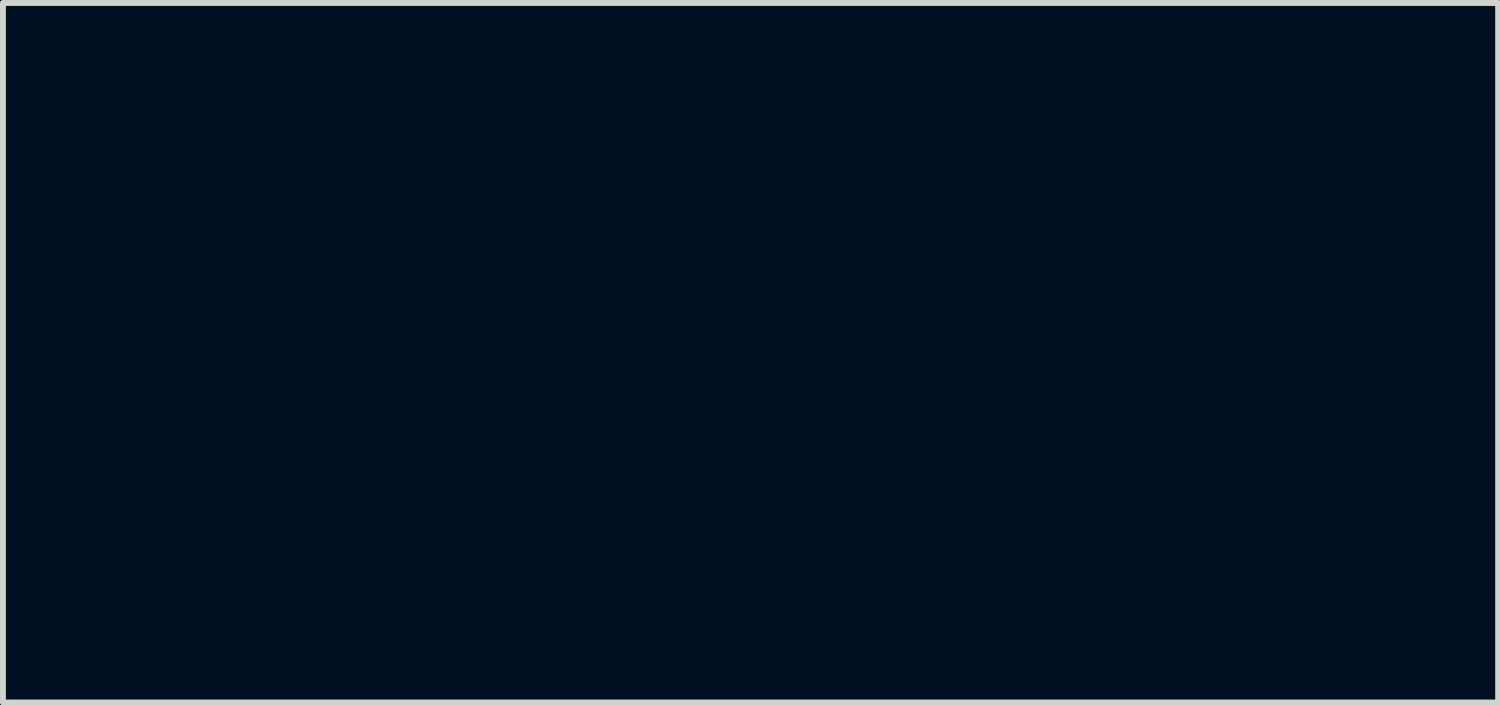
<source format=kicad_pcb>
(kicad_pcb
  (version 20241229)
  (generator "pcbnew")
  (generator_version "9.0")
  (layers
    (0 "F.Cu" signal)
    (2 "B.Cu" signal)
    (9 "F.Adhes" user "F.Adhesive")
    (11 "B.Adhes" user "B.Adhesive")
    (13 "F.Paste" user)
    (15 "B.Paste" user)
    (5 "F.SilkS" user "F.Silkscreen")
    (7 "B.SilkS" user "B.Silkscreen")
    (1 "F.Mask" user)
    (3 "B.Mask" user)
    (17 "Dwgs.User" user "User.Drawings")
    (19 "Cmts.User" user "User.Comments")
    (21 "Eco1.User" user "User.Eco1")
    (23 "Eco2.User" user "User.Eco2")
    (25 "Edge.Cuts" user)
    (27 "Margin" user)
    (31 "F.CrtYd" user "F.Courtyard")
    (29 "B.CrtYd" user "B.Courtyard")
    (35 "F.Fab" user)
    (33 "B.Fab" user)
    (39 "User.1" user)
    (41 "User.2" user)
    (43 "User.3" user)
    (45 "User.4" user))
  (footprint "logo_ruby-mask"
    (layer "F.Cu")
    (at 9.659 2.236)
    (property "Reference" "logo_ruby-mask" (at 0 0 0) (layer "F.Mask") (effects (font (size 1.524 1.524) (thickness 0.3))))
    (attr board_only exclude_from_pos_files exclude_from_bom)
    (fp_poly (pts (xy 2.129 -2.235) (xy 2.792 -1.398) (xy 2.93 -1.224) (xy 3.058 -1.06) (xy 3.174 -0.911) (xy 3.275 -0.78) (xy 3.358 -0.672) (xy 3.419 -0.59) (xy 3.456 -0.538) (xy 3.466 -0.521) (xy 3.454 -0.489) (xy 3.413 -0.424) (xy 3.344 -0.33) (xy 3.249 -0.208) (xy 3.136 -0.069) (xy 3.069 0.014) (xy 2.974 0.129) (xy 2.854 0.275) (xy 2.714 0.446) (xy 2.555 0.639) (xy 2.381 0.851) (xy 2.195 1.078) (xy 1.999 1.317) (xy 1.796 1.563) (xy 1.591 1.814) (xy 1.478 1.95) (xy 1.281 2.191) (xy 1.091 2.421) (xy 0.912 2.638) (xy 0.746 2.839) (xy 0.594 3.023) (xy 0.46 3.185) (xy 0.345 3.323) (xy 0.251 3.435) (xy 0.182 3.518) (xy 0.138 3.569) (xy 0.123 3.585) (xy 0.082 3.61) (xy 0.043 3.607) (xy -0.005 3.572) (xy -0.052 3.526) (xy -0.102 3.472) (xy -0.177 3.388) (xy -0.276 3.277) (xy -0.395 3.141) (xy -0.533 2.982) (xy -0.687 2.805) (xy -0.855 2.612) (xy -1.033 2.405) (xy -1.221 2.188) (xy -1.415 1.963) (xy -1.612 1.733) (xy -1.811 1.501) (xy -2.009 1.27) (xy -2.204 1.043) (xy -2.392 0.822) (xy -2.573 0.61) (xy -2.742 0.411) (xy -2.898 0.227) (xy -3.039 0.06) (xy -3.162 -0.085) (xy -3.264 -0.207) (xy -3.339 -0.298) (xy -3.062 -0.298) (xy -3.048 -0.28) (xy -3.005 -0.229) (xy -2.937 -0.148) (xy -2.845 -0.041) (xy -2.732 0.09) (xy -2.602 0.242) (xy -2.456 0.411) (xy -2.298 0.595) (xy -2.13 0.79) (xy -1.955 0.993) (xy -1.775 1.201) (xy -1.593 1.412) (xy -1.412 1.621) (xy -1.234 1.826) (xy -1.063 2.025) (xy -0.9 2.213) (xy -0.748 2.388) (xy -0.61 2.546) (xy -0.489 2.685) (xy -0.387 2.802) (xy -0.308 2.893) (xy -0.253 2.955) (xy -0.225 2.985) (xy -0.222 2.988) (xy -0.228 2.965) (xy -0.248 2.901) (xy -0.28 2.799) (xy -0.324 2.661) (xy -0.377 2.493) (xy -0.439 2.297) (xy -0.509 2.078) (xy -0.586 1.838) (xy -0.668 1.581) (xy -0.748 1.332) (xy -1.278 -0.321) (xy -2.167 -0.313) (xy -2.368 -0.311) (xy -2.553 -0.308) (xy -2.717 -0.306) (xy -2.856 -0.304) (xy -2.963 -0.302) (xy -3.033 -0.3) (xy -3.062 -0.299) (xy -3.062 -0.298) (xy -3.339 -0.298) (xy -3.343 -0.303) (xy -3.36 -0.324) (xy -1.039 -0.324) (xy -1.032 -0.302) (xy -1.013 -0.238) (xy -0.981 -0.136) (xy -0.938 -0.001) (xy -0.886 0.163) (xy -0.826 0.354) (xy -0.758 0.566) (xy -0.684 0.796) (xy -0.606 1.04) (xy -0.604 1.047) (xy -0.521 1.303) (xy -0.44 1.556) (xy -0.362 1.8) (xy -0.289 2.029) (xy -0.222 2.238) (xy -0.163 2.422) (xy -0.114 2.575) (xy -0.077 2.692) (xy -0.057 2.755) (xy -0.019 2.873) (xy 0.014 2.972) (xy 0.04 3.045) (xy 0.056 3.084) (xy 0.059 3.088) (xy 0.067 3.064) (xy 0.087 2.999) (xy 0.095 2.972) (xy 0.333 2.972) (xy 0.334 2.974) (xy 0.337 2.973) (xy 0.345 2.967) (xy 0.358 2.952) (xy 0.38 2.928) (xy 0.411 2.891) (xy 0.454 2.84) (xy 0.511 2.772) (xy 0.582 2.686) (xy 0.671 2.579) (xy 0.778 2.448) (xy 0.906 2.293) (xy 1.057 2.11) (xy 1.232 1.897) (xy 1.433 1.653) (xy 1.661 1.375) (xy 1.736 1.284) (xy 3.094 -0.369) (xy 2.445 -0.375) (xy 2.258 -0.376) (xy 2.072 -0.375) (xy 1.897 -0.374) (xy 1.743 -0.371) (xy 1.619 -0.367) (xy 1.547 -0.363) (xy 1.298 -0.345) (xy 0.816 1.308) (xy 0.737 1.579) (xy 0.662 1.836) (xy 0.593 2.076) (xy 0.529 2.295) (xy 0.472 2.49) (xy 0.424 2.656) (xy 0.385 2.792) (xy 0.356 2.892) (xy 0.339 2.953) (xy 0.333 2.972) (xy 0.095 2.972) (xy 0.118 2.894) (xy 0.159 2.755) (xy 0.209 2.585) (xy 0.267 2.386) (xy 0.332 2.164) (xy 0.403 1.921) (xy 0.479 1.661) (xy 0.558 1.391) (xy 0.637 1.117) (xy 0.713 0.856) (xy 0.785 0.611) (xy 0.85 0.387) (xy 0.908 0.186) (xy 0.959 0.013) (xy 1 -0.128) (xy 1.032 -0.235) (xy 1.052 -0.304) (xy 1.06 -0.33) (xy 1.056 -0.338) (xy 1.037 -0.344) (xy 0.999 -0.348) (xy 0.938 -0.352) (xy 0.851 -0.353) (xy 0.732 -0.354) (xy 0.58 -0.353) (xy 0.389 -0.351) (xy 0.157 -0.347) (xy 0.018 -0.345) (xy -0.201 -0.341) (xy -0.404 -0.338) (xy -0.588 -0.334) (xy -0.747 -0.331) (xy -0.876 -0.329) (xy -0.97 -0.326) (xy -1.026 -0.325) (xy -1.039 -0.324) (xy -3.36 -0.324) (xy -3.397 -0.37) (xy -3.423 -0.404) (xy -3.425 -0.408) (xy -3.411 -0.436) (xy -3.372 -0.497) (xy -3.353 -0.524) (xy -3.091 -0.524) (xy -2.253 -0.539) (xy -2.058 -0.542) (xy -1.879 -0.546) (xy -1.721 -0.549) (xy -1.59 -0.553) (xy -1.49 -0.555) (xy -1.428 -0.558) (xy -1.41 -0.559) (xy -0.97 -0.559) (xy -0.01 -0.572) (xy 0.199 -0.575) (xy 0.393 -0.579) (xy 0.567 -0.582) (xy 0.715 -0.586) (xy 0.833 -0.59) (xy 0.916 -0.593) (xy 0.958 -0.596) (xy 0.962 -0.597) (xy 0.953 -0.614) (xy 1.407 -0.614) (xy 1.427 -0.607) (xy 1.492 -0.602) (xy 1.598 -0.599) (xy 1.742 -0.598) (xy 1.922 -0.6) (xy 2.134 -0.603) (xy 2.376 -0.609) (xy 2.633 -0.616) (xy 3.114 -0.63) (xy 2.625 -1.249) (xy 2.508 -1.397) (xy 2.399 -1.534) (xy 2.304 -1.654) (xy 2.225 -1.754) (xy 2.165 -1.828) (xy 2.13 -1.873) (xy 2.121 -1.883) (xy 2.107 -1.866) (xy 2.074 -1.814) (xy 2.025 -1.731) (xy 1.964 -1.625) (xy 1.893 -1.502) (xy 1.817 -1.367) (xy 1.738 -1.227) (xy 1.66 -1.088) (xy 1.587 -0.955) (xy 1.522 -0.835) (xy 1.468 -0.735) (xy 1.428 -0.659) (xy 1.407 -0.614) (xy 0.953 -0.614) (xy 0.951 -0.618) (xy 0.915 -0.671) (xy 0.859 -0.752) (xy 0.786 -0.854) (xy 0.7 -0.973) (xy 0.605 -1.103) (xy 0.505 -1.239) (xy 0.405 -1.374) (xy 0.307 -1.505) (xy 0.217 -1.626) (xy 0.138 -1.73) (xy 0.073 -1.813) (xy 0.028 -1.87) (xy 0.005 -1.895) (xy 0.004 -1.895) (xy -0.014 -1.877) (xy -0.059 -1.821) (xy -0.131 -1.727) (xy -0.227 -1.596) (xy -0.349 -1.428) (xy -0.496 -1.224) (xy -0.666 -0.986) (xy -0.86 -0.714) (xy -0.97 -0.559) (xy -1.41 -0.559) (xy -1.408 -0.559) (xy -1.418 -0.58) (xy -1.447 -0.638) (xy -1.494 -0.728) (xy -1.556 -0.844) (xy -1.63 -0.981) (xy -1.713 -1.135) (xy -1.752 -1.207) (xy -2.103 -1.849) (xy -2.177 -1.751) (xy -2.211 -1.707) (xy -2.268 -1.63) (xy -2.345 -1.527) (xy -2.437 -1.403) (xy -2.54 -1.265) (xy -2.65 -1.118) (xy -2.671 -1.089) (xy -3.091 -0.524) (xy -3.353 -0.524) (xy -3.31 -0.586) (xy -3.231 -0.699) (xy -3.136 -0.831) (xy -3.031 -0.977) (xy -2.917 -1.132) (xy -2.799 -1.292) (xy -2.68 -1.451) (xy -2.564 -1.606) (xy -2.454 -1.751) (xy -2.354 -1.882) (xy -2.31 -1.938) (xy -1.895 -1.938) (xy -1.548 -1.302) (xy -1.461 -1.144) (xy -1.381 -1.001) (xy -1.31 -0.877) (xy -1.252 -0.779) (xy -1.21 -0.71) (xy -1.186 -0.675) (xy -1.182 -0.673) (xy -1.164 -0.693) (xy -1.121 -0.747) (xy -1.058 -0.831) (xy -0.977 -0.94) (xy -0.883 -1.069) (xy -0.777 -1.214) (xy -0.701 -1.32) (xy -0.239 -1.962) (xy -0.863 -1.968) (xy -1.043 -1.969) (xy -1.22 -1.969) (xy -1.384 -1.967) (xy -1.526 -1.964) (xy -1.635 -1.96) (xy -1.69 -1.956) (xy -1.895 -1.938) (xy -2.31 -1.938) (xy -2.273 -1.986) (xy 0.242 -1.986) (xy 0.254 -1.966) (xy 0.29 -1.913) (xy 0.347 -1.833) (xy 0.42 -1.732) (xy 0.507 -1.614) (xy 0.601 -1.486) (xy 0.701 -1.352) (xy 0.801 -1.218) (xy 0.897 -1.089) (xy 0.986 -0.971) (xy 1.064 -0.869) (xy 1.126 -0.788) (xy 1.169 -0.735) (xy 1.188 -0.714) (xy 1.188 -0.714) (xy 1.202 -0.734) (xy 1.236 -0.791) (xy 1.287 -0.879) (xy 1.352 -0.994) (xy 1.429 -1.131) (xy 1.513 -1.284) (xy 1.552 -1.355) (xy 1.639 -1.514) (xy 1.718 -1.659) (xy 1.786 -1.786) (xy 1.842 -1.888) (xy 1.88 -1.961) (xy 1.901 -1.999) (xy 1.903 -2.004) (xy 1.88 -2.006) (xy 1.816 -2.007) (xy 1.718 -2.007) (xy 1.592 -2.006) (xy 1.445 -2.006) (xy 1.283 -2.004) (xy 1.113 -2.003) (xy 0.942 -2.001) (xy 0.775 -1.998) (xy 0.62 -1.996) (xy 0.483 -1.994) (xy 0.371 -1.991) (xy 0.29 -1.989) (xy 0.247 -1.986) (xy 0.242 -1.986) (xy -2.273 -1.986) (xy -2.267 -1.993) (xy -2.197 -2.081) (xy -2.147 -2.141) (xy -2.121 -2.167) (xy -2.12 -2.167) (xy -2.091 -2.17) (xy -2.018 -2.173) (xy -1.907 -2.176) (xy -1.761 -2.181) (xy -1.585 -2.185) (xy -1.382 -2.189) (xy -1.158 -2.194) (xy -0.917 -2.199) (xy -0.662 -2.204) (xy -0.398 -2.209) (xy -0.13 -2.213) (xy 0.138 -2.218) (xy 0.403 -2.222) (xy 0.659 -2.225) (xy 0.902 -2.229) (xy 1.129 -2.231) (xy 1.334 -2.234) (xy 1.514 -2.235) (xy 1.664 -2.236) (xy 1.724 -2.236)) (stroke (width 0) (type solid)) (fill yes) (layer "F.Mask")))
  (gr_rect
    (start -3 -3)
    (end 22.319 8.845)
    (stroke (width 0.1) (type default))
    (fill no)
    (layer "Edge.Cuts")))
</source>
